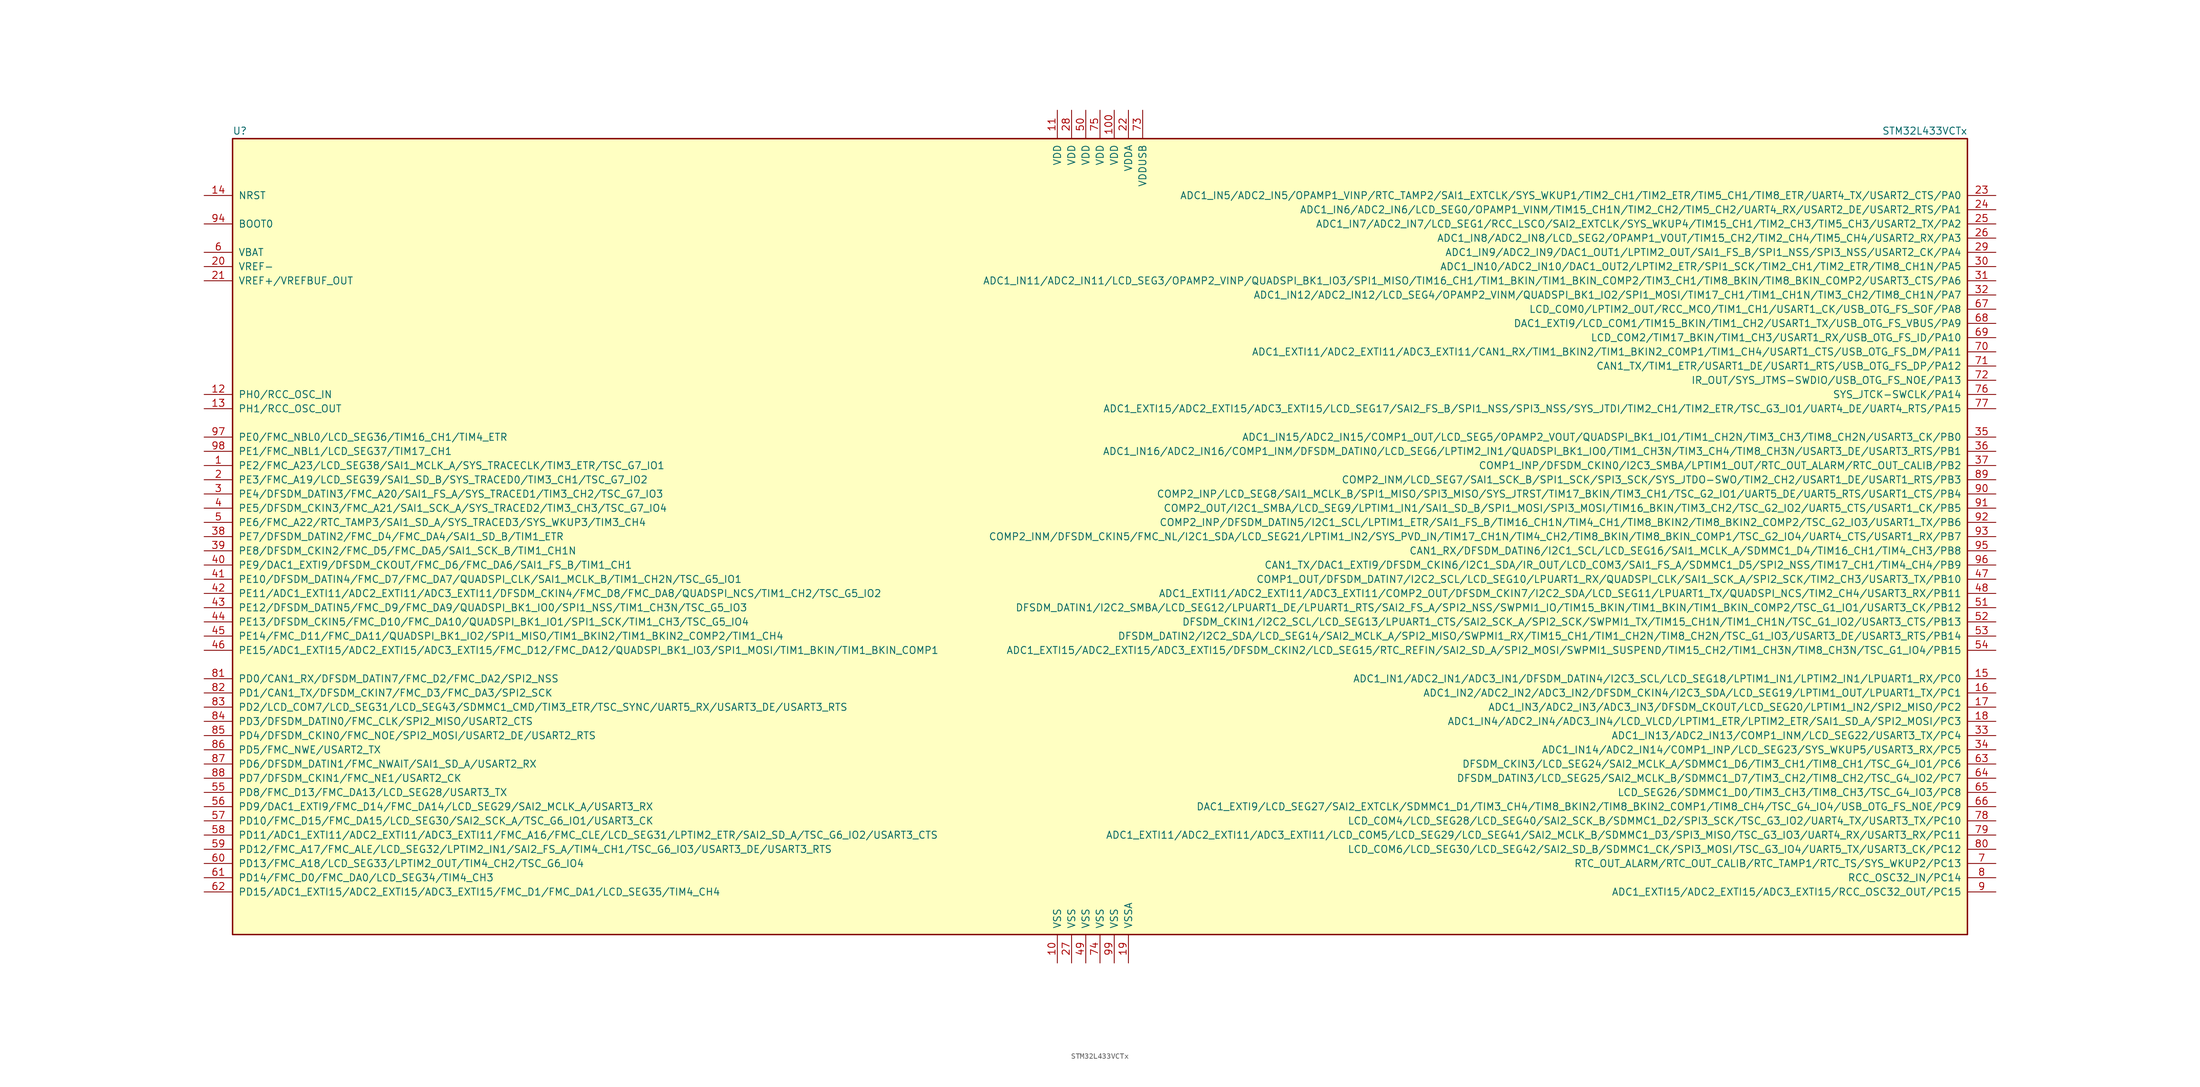
<source format=kicad_sym>
(kicad_symbol_lib
  (version 20211014)
  (generator kicad_symbol_editor)
  (symbol "STM32L433VCTx"
    (pin_names
      (offset 1.016))
    (property "Reference" "U"
      (at -154.94 71.755 0)
      (effects (font (size 1.27 1.27)) (justify left bottom)))
    (property "Value" "STM32L433VCTx"
      (at 154.94 71.755 0)
      (effects (font (size 1.27 1.27)) (justify right bottom)))
    (symbol "STM32L433VCTx_0_1"
      (rectangle (start -154.94 -71.12) (end 154.94 71.12) (stroke (width 0.254) (type default) (color 0 0 0 0)) (fill (type background))))
    (symbol "STM32L433VCTx_1_1"
      (pin bidirectional line (at -160.02 12.7 0) (length 5.08) (name "PE2/FMC_A23/LCD_SEG38/SAI1_MCLK_A/SYS_TRACECLK/TIM3_ETR/TSC_G7_IO1" (effects (font (size 1.27 1.27)))) (number "1" (effects (font (size 1.27 1.27)))))
      (pin power_in line (at -7.62 -76.2 90) (length 5.08) (name "VSS" (effects (font (size 1.27 1.27)))) (number "10" (effects (font (size 1.27 1.27)))))
      (pin power_in line (at 2.54 76.2 270) (length 5.08) (name "VDD" (effects (font (size 1.27 1.27)))) (number "100" (effects (font (size 1.27 1.27)))))
      (pin power_in line (at -7.62 76.2 270) (length 5.08) (name "VDD" (effects (font (size 1.27 1.27)))) (number "11" (effects (font (size 1.27 1.27)))))
      (pin input line (at -160.02 25.4 0) (length 5.08) (name "PH0/RCC_OSC_IN" (effects (font (size 1.27 1.27)))) (number "12" (effects (font (size 1.27 1.27)))))
      (pin input line (at -160.02 22.86 0) (length 5.08) (name "PH1/RCC_OSC_OUT" (effects (font (size 1.27 1.27)))) (number "13" (effects (font (size 1.27 1.27)))))
      (pin input line (at -160.02 60.96 0) (length 5.08) (name "NRST" (effects (font (size 1.27 1.27)))) (number "14" (effects (font (size 1.27 1.27)))))
      (pin bidirectional line (at 160.02 -25.4 180) (length 5.08) (name "ADC1_IN1/ADC2_IN1/ADC3_IN1/DFSDM_DATIN4/I2C3_SCL/LCD_SEG18/LPTIM1_IN1/LPTIM2_IN1/LPUART1_RX/PC0" (effects (font (size 1.27 1.27)))) (number "15" (effects (font (size 1.27 1.27)))))
      (pin bidirectional line (at 160.02 -27.94 180) (length 5.08) (name "ADC1_IN2/ADC2_IN2/ADC3_IN2/DFSDM_CKIN4/I2C3_SDA/LCD_SEG19/LPTIM1_OUT/LPUART1_TX/PC1" (effects (font (size 1.27 1.27)))) (number "16" (effects (font (size 1.27 1.27)))))
      (pin bidirectional line (at 160.02 -30.48 180) (length 5.08) (name "ADC1_IN3/ADC2_IN3/ADC3_IN3/DFSDM_CKOUT/LCD_SEG20/LPTIM1_IN2/SPI2_MISO/PC2" (effects (font (size 1.27 1.27)))) (number "17" (effects (font (size 1.27 1.27)))))
      (pin bidirectional line (at 160.02 -33.02 180) (length 5.08) (name "ADC1_IN4/ADC2_IN4/ADC3_IN4/LCD_VLCD/LPTIM1_ETR/LPTIM2_ETR/SAI1_SD_A/SPI2_MOSI/PC3" (effects (font (size 1.27 1.27)))) (number "18" (effects (font (size 1.27 1.27)))))
      (pin power_in line (at 5.08 -76.2 90) (length 5.08) (name "VSSA" (effects (font (size 1.27 1.27)))) (number "19" (effects (font (size 1.27 1.27)))))
      (pin bidirectional line (at -160.02 10.16 0) (length 5.08) (name "PE3/FMC_A19/LCD_SEG39/SAI1_SD_B/SYS_TRACED0/TIM3_CH1/TSC_G7_IO2" (effects (font (size 1.27 1.27)))) (number "2" (effects (font (size 1.27 1.27)))))
      (pin power_in line (at -160.02 48.26 0) (length 5.08) (name "VREF-" (effects (font (size 1.27 1.27)))) (number "20" (effects (font (size 1.27 1.27)))))
      (pin bidirectional line (at -160.02 45.72 0) (length 5.08) (name "VREF+/VREFBUF_OUT" (effects (font (size 1.27 1.27)))) (number "21" (effects (font (size 1.27 1.27)))))
      (pin power_in line (at 5.08 76.2 270) (length 5.08) (name "VDDA" (effects (font (size 1.27 1.27)))) (number "22" (effects (font (size 1.27 1.27)))))
      (pin bidirectional line (at 160.02 60.96 180) (length 5.08) (name "ADC1_IN5/ADC2_IN5/OPAMP1_VINP/RTC_TAMP2/SAI1_EXTCLK/SYS_WKUP1/TIM2_CH1/TIM2_ETR/TIM5_CH1/TIM8_ETR/UART4_TX/USART2_CTS/PA0" (effects (font (size 1.27 1.27)))) (number "23" (effects (font (size 1.27 1.27)))))
      (pin bidirectional line (at 160.02 58.42 180) (length 5.08) (name "ADC1_IN6/ADC2_IN6/LCD_SEG0/OPAMP1_VINM/TIM15_CH1N/TIM2_CH2/TIM5_CH2/UART4_RX/USART2_DE/USART2_RTS/PA1" (effects (font (size 1.27 1.27)))) (number "24" (effects (font (size 1.27 1.27)))))
      (pin bidirectional line (at 160.02 55.88 180) (length 5.08) (name "ADC1_IN7/ADC2_IN7/LCD_SEG1/RCC_LSCO/SAI2_EXTCLK/SYS_WKUP4/TIM15_CH1/TIM2_CH3/TIM5_CH3/USART2_TX/PA2" (effects (font (size 1.27 1.27)))) (number "25" (effects (font (size 1.27 1.27)))))
      (pin bidirectional line (at 160.02 53.34 180) (length 5.08) (name "ADC1_IN8/ADC2_IN8/LCD_SEG2/OPAMP1_VOUT/TIM15_CH2/TIM2_CH4/TIM5_CH4/USART2_RX/PA3" (effects (font (size 1.27 1.27)))) (number "26" (effects (font (size 1.27 1.27)))))
      (pin power_in line (at -5.08 -76.2 90) (length 5.08) (name "VSS" (effects (font (size 1.27 1.27)))) (number "27" (effects (font (size 1.27 1.27)))))
      (pin power_in line (at -5.08 76.2 270) (length 5.08) (name "VDD" (effects (font (size 1.27 1.27)))) (number "28" (effects (font (size 1.27 1.27)))))
      (pin bidirectional line (at 160.02 50.8 180) (length 5.08) (name "ADC1_IN9/ADC2_IN9/DAC1_OUT1/LPTIM2_OUT/SAI1_FS_B/SPI1_NSS/SPI3_NSS/USART2_CK/PA4" (effects (font (size 1.27 1.27)))) (number "29" (effects (font (size 1.27 1.27)))))
      (pin bidirectional line (at -160.02 7.62 0) (length 5.08) (name "PE4/DFSDM_DATIN3/FMC_A20/SAI1_FS_A/SYS_TRACED1/TIM3_CH2/TSC_G7_IO3" (effects (font (size 1.27 1.27)))) (number "3" (effects (font (size 1.27 1.27)))))
      (pin bidirectional line (at 160.02 48.26 180) (length 5.08) (name "ADC1_IN10/ADC2_IN10/DAC1_OUT2/LPTIM2_ETR/SPI1_SCK/TIM2_CH1/TIM2_ETR/TIM8_CH1N/PA5" (effects (font (size 1.27 1.27)))) (number "30" (effects (font (size 1.27 1.27)))))
      (pin bidirectional line (at 160.02 45.72 180) (length 5.08) (name "ADC1_IN11/ADC2_IN11/LCD_SEG3/OPAMP2_VINP/QUADSPI_BK1_IO3/SPI1_MISO/TIM16_CH1/TIM1_BKIN/TIM1_BKIN_COMP2/TIM3_CH1/TIM8_BKIN/TIM8_BKIN_COMP2/USART3_CTS/PA6" (effects (font (size 1.27 1.27)))) (number "31" (effects (font (size 1.27 1.27)))))
      (pin bidirectional line (at 160.02 43.18 180) (length 5.08) (name "ADC1_IN12/ADC2_IN12/LCD_SEG4/OPAMP2_VINM/QUADSPI_BK1_IO2/SPI1_MOSI/TIM17_CH1/TIM1_CH1N/TIM3_CH2/TIM8_CH1N/PA7" (effects (font (size 1.27 1.27)))) (number "32" (effects (font (size 1.27 1.27)))))
      (pin bidirectional line (at 160.02 -35.56 180) (length 5.08) (name "ADC1_IN13/ADC2_IN13/COMP1_INM/LCD_SEG22/USART3_TX/PC4" (effects (font (size 1.27 1.27)))) (number "33" (effects (font (size 1.27 1.27)))))
      (pin bidirectional line (at 160.02 -38.1 180) (length 5.08) (name "ADC1_IN14/ADC2_IN14/COMP1_INP/LCD_SEG23/SYS_WKUP5/USART3_RX/PC5" (effects (font (size 1.27 1.27)))) (number "34" (effects (font (size 1.27 1.27)))))
      (pin bidirectional line (at 160.02 17.78 180) (length 5.08) (name "ADC1_IN15/ADC2_IN15/COMP1_OUT/LCD_SEG5/OPAMP2_VOUT/QUADSPI_BK1_IO1/TIM1_CH2N/TIM3_CH3/TIM8_CH2N/USART3_CK/PB0" (effects (font (size 1.27 1.27)))) (number "35" (effects (font (size 1.27 1.27)))))
      (pin bidirectional line (at 160.02 15.24 180) (length 5.08) (name "ADC1_IN16/ADC2_IN16/COMP1_INM/DFSDM_DATIN0/LCD_SEG6/LPTIM2_IN1/QUADSPI_BK1_IO0/TIM1_CH3N/TIM3_CH4/TIM8_CH3N/USART3_DE/USART3_RTS/PB1" (effects (font (size 1.27 1.27)))) (number "36" (effects (font (size 1.27 1.27)))))
      (pin bidirectional line (at 160.02 12.7 180) (length 5.08) (name "COMP1_INP/DFSDM_CKIN0/I2C3_SMBA/LPTIM1_OUT/RTC_OUT_ALARM/RTC_OUT_CALIB/PB2" (effects (font (size 1.27 1.27)))) (number "37" (effects (font (size 1.27 1.27)))))
      (pin bidirectional line (at -160.02 0 0) (length 5.08) (name "PE7/DFSDM_DATIN2/FMC_D4/FMC_DA4/SAI1_SD_B/TIM1_ETR" (effects (font (size 1.27 1.27)))) (number "38" (effects (font (size 1.27 1.27)))))
      (pin bidirectional line (at -160.02 -2.54 0) (length 5.08) (name "PE8/DFSDM_CKIN2/FMC_D5/FMC_DA5/SAI1_SCK_B/TIM1_CH1N" (effects (font (size 1.27 1.27)))) (number "39" (effects (font (size 1.27 1.27)))))
      (pin bidirectional line (at -160.02 5.08 0) (length 5.08) (name "PE5/DFSDM_CKIN3/FMC_A21/SAI1_SCK_A/SYS_TRACED2/TIM3_CH3/TSC_G7_IO4" (effects (font (size 1.27 1.27)))) (number "4" (effects (font (size 1.27 1.27)))))
      (pin bidirectional line (at -160.02 -5.08 0) (length 5.08) (name "PE9/DAC1_EXTI9/DFSDM_CKOUT/FMC_D6/FMC_DA6/SAI1_FS_B/TIM1_CH1" (effects (font (size 1.27 1.27)))) (number "40" (effects (font (size 1.27 1.27)))))
      (pin bidirectional line (at -160.02 -7.62 0) (length 5.08) (name "PE10/DFSDM_DATIN4/FMC_D7/FMC_DA7/QUADSPI_CLK/SAI1_MCLK_B/TIM1_CH2N/TSC_G5_IO1" (effects (font (size 1.27 1.27)))) (number "41" (effects (font (size 1.27 1.27)))))
      (pin bidirectional line (at -160.02 -10.16 0) (length 5.08) (name "PE11/ADC1_EXTI11/ADC2_EXTI11/ADC3_EXTI11/DFSDM_CKIN4/FMC_D8/FMC_DA8/QUADSPI_NCS/TIM1_CH2/TSC_G5_IO2" (effects (font (size 1.27 1.27)))) (number "42" (effects (font (size 1.27 1.27)))))
      (pin bidirectional line (at -160.02 -12.7 0) (length 5.08) (name "PE12/DFSDM_DATIN5/FMC_D9/FMC_DA9/QUADSPI_BK1_IO0/SPI1_NSS/TIM1_CH3N/TSC_G5_IO3" (effects (font (size 1.27 1.27)))) (number "43" (effects (font (size 1.27 1.27)))))
      (pin bidirectional line (at -160.02 -15.24 0) (length 5.08) (name "PE13/DFSDM_CKIN5/FMC_D10/FMC_DA10/QUADSPI_BK1_IO1/SPI1_SCK/TIM1_CH3/TSC_G5_IO4" (effects (font (size 1.27 1.27)))) (number "44" (effects (font (size 1.27 1.27)))))
      (pin bidirectional line (at -160.02 -17.78 0) (length 5.08) (name "PE14/FMC_D11/FMC_DA11/QUADSPI_BK1_IO2/SPI1_MISO/TIM1_BKIN2/TIM1_BKIN2_COMP2/TIM1_CH4" (effects (font (size 1.27 1.27)))) (number "45" (effects (font (size 1.27 1.27)))))
      (pin bidirectional line (at -160.02 -20.32 0) (length 5.08) (name "PE15/ADC1_EXTI15/ADC2_EXTI15/ADC3_EXTI15/FMC_D12/FMC_DA12/QUADSPI_BK1_IO3/SPI1_MOSI/TIM1_BKIN/TIM1_BKIN_COMP1" (effects (font (size 1.27 1.27)))) (number "46" (effects (font (size 1.27 1.27)))))
      (pin bidirectional line (at 160.02 -7.62 180) (length 5.08) (name "COMP1_OUT/DFSDM_DATIN7/I2C2_SCL/LCD_SEG10/LPUART1_RX/QUADSPI_CLK/SAI1_SCK_A/SPI2_SCK/TIM2_CH3/USART3_TX/PB10" (effects (font (size 1.27 1.27)))) (number "47" (effects (font (size 1.27 1.27)))))
      (pin bidirectional line (at 160.02 -10.16 180) (length 5.08) (name "ADC1_EXTI11/ADC2_EXTI11/ADC3_EXTI11/COMP2_OUT/DFSDM_CKIN7/I2C2_SDA/LCD_SEG11/LPUART1_TX/QUADSPI_NCS/TIM2_CH4/USART3_RX/PB11" (effects (font (size 1.27 1.27)))) (number "48" (effects (font (size 1.27 1.27)))))
      (pin power_in line (at -2.54 -76.2 90) (length 5.08) (name "VSS" (effects (font (size 1.27 1.27)))) (number "49" (effects (font (size 1.27 1.27)))))
      (pin bidirectional line (at -160.02 2.54 0) (length 5.08) (name "PE6/FMC_A22/RTC_TAMP3/SAI1_SD_A/SYS_TRACED3/SYS_WKUP3/TIM3_CH4" (effects (font (size 1.27 1.27)))) (number "5" (effects (font (size 1.27 1.27)))))
      (pin power_in line (at -2.54 76.2 270) (length 5.08) (name "VDD" (effects (font (size 1.27 1.27)))) (number "50" (effects (font (size 1.27 1.27)))))
      (pin bidirectional line (at 160.02 -12.7 180) (length 5.08) (name "DFSDM_DATIN1/I2C2_SMBA/LCD_SEG12/LPUART1_DE/LPUART1_RTS/SAI2_FS_A/SPI2_NSS/SWPMI1_IO/TIM15_BKIN/TIM1_BKIN/TIM1_BKIN_COMP2/TSC_G1_IO1/USART3_CK/PB12" (effects (font (size 1.27 1.27)))) (number "51" (effects (font (size 1.27 1.27)))))
      (pin bidirectional line (at 160.02 -15.24 180) (length 5.08) (name "DFSDM_CKIN1/I2C2_SCL/LCD_SEG13/LPUART1_CTS/SAI2_SCK_A/SPI2_SCK/SWPMI1_TX/TIM15_CH1N/TIM1_CH1N/TSC_G1_IO2/USART3_CTS/PB13" (effects (font (size 1.27 1.27)))) (number "52" (effects (font (size 1.27 1.27)))))
      (pin bidirectional line (at 160.02 -17.78 180) (length 5.08) (name "DFSDM_DATIN2/I2C2_SDA/LCD_SEG14/SAI2_MCLK_A/SPI2_MISO/SWPMI1_RX/TIM15_CH1/TIM1_CH2N/TIM8_CH2N/TSC_G1_IO3/USART3_DE/USART3_RTS/PB14" (effects (font (size 1.27 1.27)))) (number "53" (effects (font (size 1.27 1.27)))))
      (pin bidirectional line (at 160.02 -20.32 180) (length 5.08) (name "ADC1_EXTI15/ADC2_EXTI15/ADC3_EXTI15/DFSDM_CKIN2/LCD_SEG15/RTC_REFIN/SAI2_SD_A/SPI2_MOSI/SWPMI1_SUSPEND/TIM15_CH2/TIM1_CH3N/TIM8_CH3N/TSC_G1_IO4/PB15" (effects (font (size 1.27 1.27)))) (number "54" (effects (font (size 1.27 1.27)))))
      (pin bidirectional line (at -160.02 -45.72 0) (length 5.08) (name "PD8/FMC_D13/FMC_DA13/LCD_SEG28/USART3_TX" (effects (font (size 1.27 1.27)))) (number "55" (effects (font (size 1.27 1.27)))))
      (pin bidirectional line (at -160.02 -48.26 0) (length 5.08) (name "PD9/DAC1_EXTI9/FMC_D14/FMC_DA14/LCD_SEG29/SAI2_MCLK_A/USART3_RX" (effects (font (size 1.27 1.27)))) (number "56" (effects (font (size 1.27 1.27)))))
      (pin bidirectional line (at -160.02 -50.8 0) (length 5.08) (name "PD10/FMC_D15/FMC_DA15/LCD_SEG30/SAI2_SCK_A/TSC_G6_IO1/USART3_CK" (effects (font (size 1.27 1.27)))) (number "57" (effects (font (size 1.27 1.27)))))
      (pin bidirectional line (at -160.02 -53.34 0) (length 5.08) (name "PD11/ADC1_EXTI11/ADC2_EXTI11/ADC3_EXTI11/FMC_A16/FMC_CLE/LCD_SEG31/LPTIM2_ETR/SAI2_SD_A/TSC_G6_IO2/USART3_CTS" (effects (font (size 1.27 1.27)))) (number "58" (effects (font (size 1.27 1.27)))))
      (pin bidirectional line (at -160.02 -55.88 0) (length 5.08) (name "PD12/FMC_A17/FMC_ALE/LCD_SEG32/LPTIM2_IN1/SAI2_FS_A/TIM4_CH1/TSC_G6_IO3/USART3_DE/USART3_RTS" (effects (font (size 1.27 1.27)))) (number "59" (effects (font (size 1.27 1.27)))))
      (pin power_in line (at -160.02 50.8 0) (length 5.08) (name "VBAT" (effects (font (size 1.27 1.27)))) (number "6" (effects (font (size 1.27 1.27)))))
      (pin bidirectional line (at -160.02 -58.42 0) (length 5.08) (name "PD13/FMC_A18/LCD_SEG33/LPTIM2_OUT/TIM4_CH2/TSC_G6_IO4" (effects (font (size 1.27 1.27)))) (number "60" (effects (font (size 1.27 1.27)))))
      (pin bidirectional line (at -160.02 -60.96 0) (length 5.08) (name "PD14/FMC_D0/FMC_DA0/LCD_SEG34/TIM4_CH3" (effects (font (size 1.27 1.27)))) (number "61" (effects (font (size 1.27 1.27)))))
      (pin bidirectional line (at -160.02 -63.5 0) (length 5.08) (name "PD15/ADC1_EXTI15/ADC2_EXTI15/ADC3_EXTI15/FMC_D1/FMC_DA1/LCD_SEG35/TIM4_CH4" (effects (font (size 1.27 1.27)))) (number "62" (effects (font (size 1.27 1.27)))))
      (pin bidirectional line (at 160.02 -40.64 180) (length 5.08) (name "DFSDM_CKIN3/LCD_SEG24/SAI2_MCLK_A/SDMMC1_D6/TIM3_CH1/TIM8_CH1/TSC_G4_IO1/PC6" (effects (font (size 1.27 1.27)))) (number "63" (effects (font (size 1.27 1.27)))))
      (pin bidirectional line (at 160.02 -43.18 180) (length 5.08) (name "DFSDM_DATIN3/LCD_SEG25/SAI2_MCLK_B/SDMMC1_D7/TIM3_CH2/TIM8_CH2/TSC_G4_IO2/PC7" (effects (font (size 1.27 1.27)))) (number "64" (effects (font (size 1.27 1.27)))))
      (pin bidirectional line (at 160.02 -45.72 180) (length 5.08) (name "LCD_SEG26/SDMMC1_D0/TIM3_CH3/TIM8_CH3/TSC_G4_IO3/PC8" (effects (font (size 1.27 1.27)))) (number "65" (effects (font (size 1.27 1.27)))))
      (pin bidirectional line (at 160.02 -48.26 180) (length 5.08) (name "DAC1_EXTI9/LCD_SEG27/SAI2_EXTCLK/SDMMC1_D1/TIM3_CH4/TIM8_BKIN2/TIM8_BKIN2_COMP1/TIM8_CH4/TSC_G4_IO4/USB_OTG_FS_NOE/PC9" (effects (font (size 1.27 1.27)))) (number "66" (effects (font (size 1.27 1.27)))))
      (pin bidirectional line (at 160.02 40.64 180) (length 5.08) (name "LCD_COM0/LPTIM2_OUT/RCC_MCO/TIM1_CH1/USART1_CK/USB_OTG_FS_SOF/PA8" (effects (font (size 1.27 1.27)))) (number "67" (effects (font (size 1.27 1.27)))))
      (pin bidirectional line (at 160.02 38.1 180) (length 5.08) (name "DAC1_EXTI9/LCD_COM1/TIM15_BKIN/TIM1_CH2/USART1_TX/USB_OTG_FS_VBUS/PA9" (effects (font (size 1.27 1.27)))) (number "68" (effects (font (size 1.27 1.27)))))
      (pin bidirectional line (at 160.02 35.56 180) (length 5.08) (name "LCD_COM2/TIM17_BKIN/TIM1_CH3/USART1_RX/USB_OTG_FS_ID/PA10" (effects (font (size 1.27 1.27)))) (number "69" (effects (font (size 1.27 1.27)))))
      (pin bidirectional line (at 160.02 -58.42 180) (length 5.08) (name "RTC_OUT_ALARM/RTC_OUT_CALIB/RTC_TAMP1/RTC_TS/SYS_WKUP2/PC13" (effects (font (size 1.27 1.27)))) (number "7" (effects (font (size 1.27 1.27)))))
      (pin bidirectional line (at 160.02 33.02 180) (length 5.08) (name "ADC1_EXTI11/ADC2_EXTI11/ADC3_EXTI11/CAN1_RX/TIM1_BKIN2/TIM1_BKIN2_COMP1/TIM1_CH4/USART1_CTS/USB_OTG_FS_DM/PA11" (effects (font (size 1.27 1.27)))) (number "70" (effects (font (size 1.27 1.27)))))
      (pin bidirectional line (at 160.02 30.48 180) (length 5.08) (name "CAN1_TX/TIM1_ETR/USART1_DE/USART1_RTS/USB_OTG_FS_DP/PA12" (effects (font (size 1.27 1.27)))) (number "71" (effects (font (size 1.27 1.27)))))
      (pin bidirectional line (at 160.02 27.94 180) (length 5.08) (name "IR_OUT/SYS_JTMS-SWDIO/USB_OTG_FS_NOE/PA13" (effects (font (size 1.27 1.27)))) (number "72" (effects (font (size 1.27 1.27)))))
      (pin power_in line (at 7.62 76.2 270) (length 5.08) (name "VDDUSB" (effects (font (size 1.27 1.27)))) (number "73" (effects (font (size 1.27 1.27)))))
      (pin power_in line (at 0 -76.2 90) (length 5.08) (name "VSS" (effects (font (size 1.27 1.27)))) (number "74" (effects (font (size 1.27 1.27)))))
      (pin power_in line (at 0 76.2 270) (length 5.08) (name "VDD" (effects (font (size 1.27 1.27)))) (number "75" (effects (font (size 1.27 1.27)))))
      (pin bidirectional line (at 160.02 25.4 180) (length 5.08) (name "SYS_JTCK-SWCLK/PA14" (effects (font (size 1.27 1.27)))) (number "76" (effects (font (size 1.27 1.27)))))
      (pin bidirectional line (at 160.02 22.86 180) (length 5.08) (name "ADC1_EXTI15/ADC2_EXTI15/ADC3_EXTI15/LCD_SEG17/SAI2_FS_B/SPI1_NSS/SPI3_NSS/SYS_JTDI/TIM2_CH1/TIM2_ETR/TSC_G3_IO1/UART4_DE/UART4_RTS/PA15" (effects (font (size 1.27 1.27)))) (number "77" (effects (font (size 1.27 1.27)))))
      (pin bidirectional line (at 160.02 -50.8 180) (length 5.08) (name "LCD_COM4/LCD_SEG28/LCD_SEG40/SAI2_SCK_B/SDMMC1_D2/SPI3_SCK/TSC_G3_IO2/UART4_TX/USART3_TX/PC10" (effects (font (size 1.27 1.27)))) (number "78" (effects (font (size 1.27 1.27)))))
      (pin bidirectional line (at 160.02 -53.34 180) (length 5.08) (name "ADC1_EXTI11/ADC2_EXTI11/ADC3_EXTI11/LCD_COM5/LCD_SEG29/LCD_SEG41/SAI2_MCLK_B/SDMMC1_D3/SPI3_MISO/TSC_G3_IO3/UART4_RX/USART3_RX/PC11" (effects (font (size 1.27 1.27)))) (number "79" (effects (font (size 1.27 1.27)))))
      (pin bidirectional line (at 160.02 -60.96 180) (length 5.08) (name "RCC_OSC32_IN/PC14" (effects (font (size 1.27 1.27)))) (number "8" (effects (font (size 1.27 1.27)))))
      (pin bidirectional line (at 160.02 -55.88 180) (length 5.08) (name "LCD_COM6/LCD_SEG30/LCD_SEG42/SAI2_SD_B/SDMMC1_CK/SPI3_MOSI/TSC_G3_IO4/UART5_TX/USART3_CK/PC12" (effects (font (size 1.27 1.27)))) (number "80" (effects (font (size 1.27 1.27)))))
      (pin bidirectional line (at -160.02 -25.4 0) (length 5.08) (name "PD0/CAN1_RX/DFSDM_DATIN7/FMC_D2/FMC_DA2/SPI2_NSS" (effects (font (size 1.27 1.27)))) (number "81" (effects (font (size 1.27 1.27)))))
      (pin bidirectional line (at -160.02 -27.94 0) (length 5.08) (name "PD1/CAN1_TX/DFSDM_CKIN7/FMC_D3/FMC_DA3/SPI2_SCK" (effects (font (size 1.27 1.27)))) (number "82" (effects (font (size 1.27 1.27)))))
      (pin bidirectional line (at -160.02 -30.48 0) (length 5.08) (name "PD2/LCD_COM7/LCD_SEG31/LCD_SEG43/SDMMC1_CMD/TIM3_ETR/TSC_SYNC/UART5_RX/USART3_DE/USART3_RTS" (effects (font (size 1.27 1.27)))) (number "83" (effects (font (size 1.27 1.27)))))
      (pin bidirectional line (at -160.02 -33.02 0) (length 5.08) (name "PD3/DFSDM_DATIN0/FMC_CLK/SPI2_MISO/USART2_CTS" (effects (font (size 1.27 1.27)))) (number "84" (effects (font (size 1.27 1.27)))))
      (pin bidirectional line (at -160.02 -35.56 0) (length 5.08) (name "PD4/DFSDM_CKIN0/FMC_NOE/SPI2_MOSI/USART2_DE/USART2_RTS" (effects (font (size 1.27 1.27)))) (number "85" (effects (font (size 1.27 1.27)))))
      (pin bidirectional line (at -160.02 -38.1 0) (length 5.08) (name "PD5/FMC_NWE/USART2_TX" (effects (font (size 1.27 1.27)))) (number "86" (effects (font (size 1.27 1.27)))))
      (pin bidirectional line (at -160.02 -40.64 0) (length 5.08) (name "PD6/DFSDM_DATIN1/FMC_NWAIT/SAI1_SD_A/USART2_RX" (effects (font (size 1.27 1.27)))) (number "87" (effects (font (size 1.27 1.27)))))
      (pin bidirectional line (at -160.02 -43.18 0) (length 5.08) (name "PD7/DFSDM_CKIN1/FMC_NE1/USART2_CK" (effects (font (size 1.27 1.27)))) (number "88" (effects (font (size 1.27 1.27)))))
      (pin bidirectional line (at 160.02 10.16 180) (length 5.08) (name "COMP2_INM/LCD_SEG7/SAI1_SCK_B/SPI1_SCK/SPI3_SCK/SYS_JTDO-SWO/TIM2_CH2/USART1_DE/USART1_RTS/PB3" (effects (font (size 1.27 1.27)))) (number "89" (effects (font (size 1.27 1.27)))))
      (pin bidirectional line (at 160.02 -63.5 180) (length 5.08) (name "ADC1_EXTI15/ADC2_EXTI15/ADC3_EXTI15/RCC_OSC32_OUT/PC15" (effects (font (size 1.27 1.27)))) (number "9" (effects (font (size 1.27 1.27)))))
      (pin bidirectional line (at 160.02 7.62 180) (length 5.08) (name "COMP2_INP/LCD_SEG8/SAI1_MCLK_B/SPI1_MISO/SPI3_MISO/SYS_JTRST/TIM17_BKIN/TIM3_CH1/TSC_G2_IO1/UART5_DE/UART5_RTS/USART1_CTS/PB4" (effects (font (size 1.27 1.27)))) (number "90" (effects (font (size 1.27 1.27)))))
      (pin bidirectional line (at 160.02 5.08 180) (length 5.08) (name "COMP2_OUT/I2C1_SMBA/LCD_SEG9/LPTIM1_IN1/SAI1_SD_B/SPI1_MOSI/SPI3_MOSI/TIM16_BKIN/TIM3_CH2/TSC_G2_IO2/UART5_CTS/USART1_CK/PB5" (effects (font (size 1.27 1.27)))) (number "91" (effects (font (size 1.27 1.27)))))
      (pin bidirectional line (at 160.02 2.54 180) (length 5.08) (name "COMP2_INP/DFSDM_DATIN5/I2C1_SCL/LPTIM1_ETR/SAI1_FS_B/TIM16_CH1N/TIM4_CH1/TIM8_BKIN2/TIM8_BKIN2_COMP2/TSC_G2_IO3/USART1_TX/PB6" (effects (font (size 1.27 1.27)))) (number "92" (effects (font (size 1.27 1.27)))))
      (pin bidirectional line (at 160.02 0 180) (length 5.08) (name "COMP2_INM/DFSDM_CKIN5/FMC_NL/I2C1_SDA/LCD_SEG21/LPTIM1_IN2/SYS_PVD_IN/TIM17_CH1N/TIM4_CH2/TIM8_BKIN/TIM8_BKIN_COMP1/TSC_G2_IO4/UART4_CTS/USART1_RX/PB7" (effects (font (size 1.27 1.27)))) (number "93" (effects (font (size 1.27 1.27)))))
      (pin input line (at -160.02 55.88 0) (length 5.08) (name "BOOT0" (effects (font (size 1.27 1.27)))) (number "94" (effects (font (size 1.27 1.27)))))
      (pin bidirectional line (at 160.02 -2.54 180) (length 5.08) (name "CAN1_RX/DFSDM_DATIN6/I2C1_SCL/LCD_SEG16/SAI1_MCLK_A/SDMMC1_D4/TIM16_CH1/TIM4_CH3/PB8" (effects (font (size 1.27 1.27)))) (number "95" (effects (font (size 1.27 1.27)))))
      (pin bidirectional line (at 160.02 -5.08 180) (length 5.08) (name "CAN1_TX/DAC1_EXTI9/DFSDM_CKIN6/I2C1_SDA/IR_OUT/LCD_COM3/SAI1_FS_A/SDMMC1_D5/SPI2_NSS/TIM17_CH1/TIM4_CH4/PB9" (effects (font (size 1.27 1.27)))) (number "96" (effects (font (size 1.27 1.27)))))
      (pin bidirectional line (at -160.02 17.78 0) (length 5.08) (name "PE0/FMC_NBL0/LCD_SEG36/TIM16_CH1/TIM4_ETR" (effects (font (size 1.27 1.27)))) (number "97" (effects (font (size 1.27 1.27)))))
      (pin bidirectional line (at -160.02 15.24 0) (length 5.08) (name "PE1/FMC_NBL1/LCD_SEG37/TIM17_CH1" (effects (font (size 1.27 1.27)))) (number "98" (effects (font (size 1.27 1.27)))))
      (pin power_in line (at 2.54 -76.2 90) (length 5.08) (name "VSS" (effects (font (size 1.27 1.27)))) (number "99" (effects (font (size 1.27 1.27))))))))
</source>
